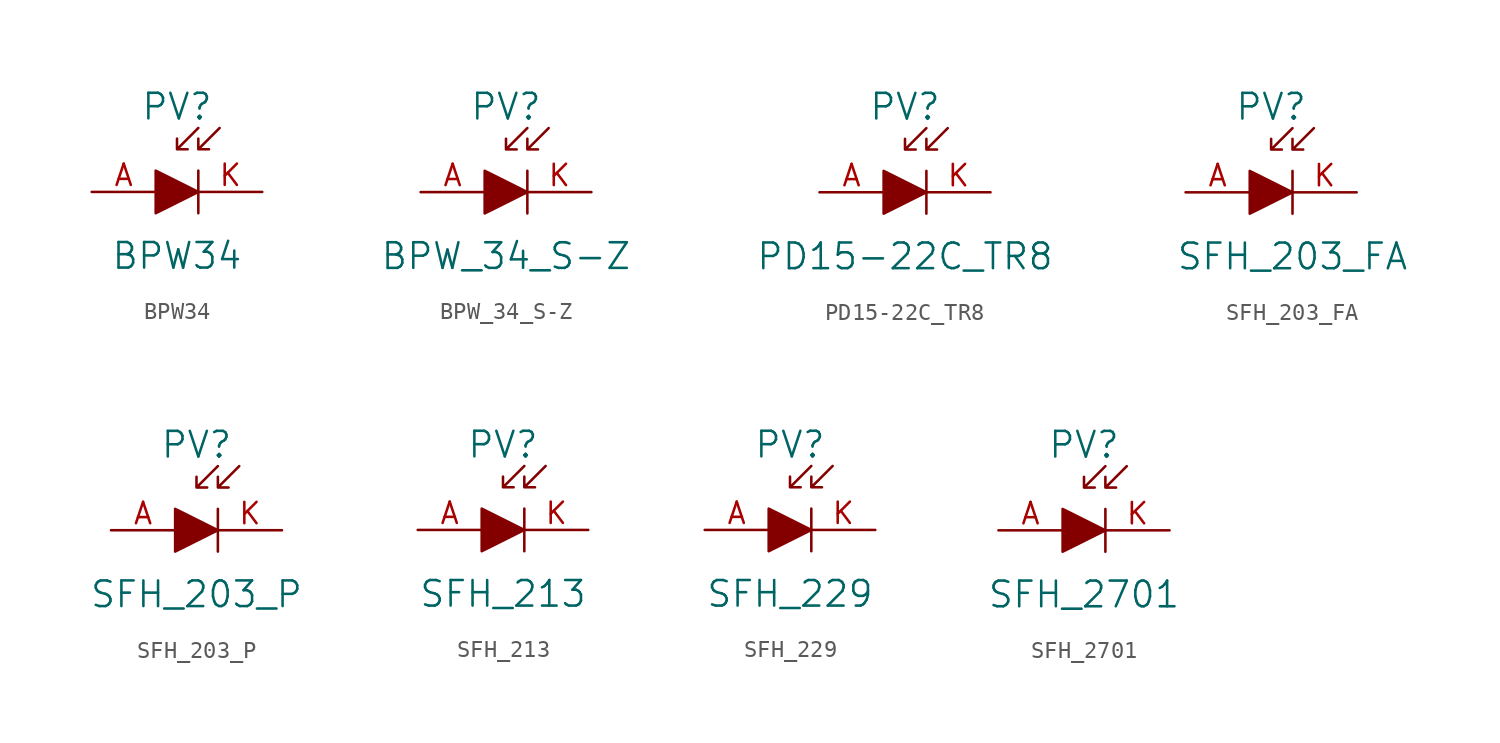
<source format=kicad_sym>
(kicad_symbol_lib
  (version 20220914)
  (generator kicad_symbol_editor)
  (symbol "BPW34"
    (pin_names
      (offset 0))
    (property "Reference" "PV"
      (at 0 5.08 0)
      (effects (font (size 1.524 1.524))))
    (property "Value" "BPW34"
      (at 0 -3.81 0)
      (effects (font (size 1.524 1.524))))
    (symbol "BPW34_0_1"
      (polyline (pts (xy 1.27 1.27) (xy 1.27 -1.27)) (stroke (width 0) (type solid)) (fill (type none)))
      (polyline (pts (xy -1.27 1.27) (xy -1.27 -1.27) (xy 1.27 0) (xy -1.27 1.27)) (stroke (width 0) (type solid)) (fill (type outline)))
      (polyline (pts (xy 0 2.54) (xy 0.635 2.54) (xy 0 2.54) (xy 0 3.175) (xy 0 2.54) (xy 1.27 3.81)) (stroke (width 0) (type solid)) (fill (type none)))
      (polyline (pts (xy 1.27 2.54) (xy 1.27 3.175) (xy 1.27 2.54) (xy 1.905 2.54) (xy 1.27 2.54) (xy 2.54 3.81)) (stroke (width 0) (type solid)) (fill (type none))))
    (symbol "BPW34_1_1"
      (pin passive line (at -5.08 0 0) (length 3.81) (name "~" (effects (font (size 1.27 1.27)))) (number "A" (effects (font (size 1.27 1.27)))))
      (pin passive line (at 5.08 0 180) (length 3.81) (name "~" (effects (font (size 1.27 1.27)))) (number "K" (effects (font (size 1.27 1.27)))))))
  (symbol "BPW_34_S-Z"
    (pin_names
      (offset 0))
    (property "Reference" "PV"
      (at 0 5.08 0)
      (effects (font (size 1.524 1.524))))
    (property "Value" "BPW_34_S-Z"
      (at 0 -3.81 0)
      (effects (font (size 1.524 1.524))))
    (symbol "BPW_34_S-Z_0_1"
      (polyline (pts (xy 1.27 1.27) (xy 1.27 -1.27)) (stroke (width 0) (type solid)) (fill (type none)))
      (polyline (pts (xy -1.27 1.27) (xy -1.27 -1.27) (xy 1.27 0) (xy -1.27 1.27)) (stroke (width 0) (type solid)) (fill (type outline)))
      (polyline (pts (xy 0 2.54) (xy 0.635 2.54) (xy 0 2.54) (xy 0 3.175) (xy 0 2.54) (xy 1.27 3.81)) (stroke (width 0) (type solid)) (fill (type none)))
      (polyline (pts (xy 1.27 2.54) (xy 1.27 3.175) (xy 1.27 2.54) (xy 1.905 2.54) (xy 1.27 2.54) (xy 2.54 3.81)) (stroke (width 0) (type solid)) (fill (type none))))
    (symbol "BPW_34_S-Z_1_1"
      (pin passive line (at -5.08 0 0) (length 3.81) (name "~" (effects (font (size 1.27 1.27)))) (number "A" (effects (font (size 1.27 1.27)))))
      (pin passive line (at 5.08 0 180) (length 3.81) (name "~" (effects (font (size 1.27 1.27)))) (number "K" (effects (font (size 1.27 1.27)))))))
  (symbol "PD15-22C_TR8"
    (pin_names
      (offset 0))
    (property "Reference" "PV"
      (at 0 5.08 0)
      (effects (font (size 1.524 1.524))))
    (property "Value" "PD15-22C_TR8"
      (at 0 -3.81 0)
      (effects (font (size 1.524 1.524))))
    (symbol "PD15-22C_TR8_0_1"
      (polyline (pts (xy 1.27 1.27) (xy 1.27 -1.27)) (stroke (width 0) (type solid)) (fill (type none)))
      (polyline (pts (xy -1.27 1.27) (xy -1.27 -1.27) (xy 1.27 0) (xy -1.27 1.27)) (stroke (width 0) (type solid)) (fill (type outline)))
      (polyline (pts (xy 0 2.54) (xy 0.635 2.54) (xy 0 2.54) (xy 0 3.175) (xy 0 2.54) (xy 1.27 3.81)) (stroke (width 0) (type solid)) (fill (type none)))
      (polyline (pts (xy 1.27 2.54) (xy 1.27 3.175) (xy 1.27 2.54) (xy 1.905 2.54) (xy 1.27 2.54) (xy 2.54 3.81)) (stroke (width 0) (type solid)) (fill (type none))))
    (symbol "PD15-22C_TR8_1_1"
      (pin passive line (at -5.08 0 0) (length 3.81) (name "~" (effects (font (size 1.27 1.27)))) (number "A" (effects (font (size 1.27 1.27)))))
      (pin passive line (at 5.08 0 180) (length 3.81) (name "~" (effects (font (size 1.27 1.27)))) (number "K" (effects (font (size 1.27 1.27)))))))
  (symbol "SFH_203_FA"
    (pin_names
      (offset 0))
    (property "Reference" "PV"
      (at 0 5.08 0)
      (effects (font (size 1.524 1.524))))
    (property "Value" "SFH_203_FA"
      (at 1.27 -3.81 0)
      (effects (font (size 1.524 1.524))))
    (symbol "SFH_203_FA_0_1"
      (polyline (pts (xy 1.27 1.27) (xy 1.27 -1.27)) (stroke (width 0) (type solid)) (fill (type none)))
      (polyline (pts (xy -1.27 1.27) (xy -1.27 -1.27) (xy 1.27 0) (xy -1.27 1.27)) (stroke (width 0) (type solid)) (fill (type outline)))
      (polyline (pts (xy 0 2.54) (xy 0.635 2.54) (xy 0 2.54) (xy 0 3.175) (xy 0 2.54) (xy 1.27 3.81)) (stroke (width 0) (type solid)) (fill (type none)))
      (polyline (pts (xy 1.27 2.54) (xy 1.27 3.175) (xy 1.27 2.54) (xy 1.905 2.54) (xy 1.27 2.54) (xy 2.54 3.81)) (stroke (width 0) (type solid)) (fill (type none))))
    (symbol "SFH_203_FA_1_1"
      (pin passive line (at -5.08 0 0) (length 3.81) (name "~" (effects (font (size 1.27 1.27)))) (number "A" (effects (font (size 1.27 1.27)))))
      (pin passive line (at 5.08 0 180) (length 3.81) (name "~" (effects (font (size 1.27 1.27)))) (number "K" (effects (font (size 1.27 1.27)))))))
  (symbol "SFH_203_P"
    (pin_names
      (offset 0))
    (property "Reference" "PV"
      (at 0 5.08 0)
      (effects (font (size 1.524 1.524))))
    (property "Value" "SFH_203_P"
      (at 0 -3.81 0)
      (effects (font (size 1.524 1.524))))
    (symbol "SFH_203_P_0_1"
      (polyline (pts (xy 1.27 1.27) (xy 1.27 -1.27)) (stroke (width 0) (type solid)) (fill (type none)))
      (polyline (pts (xy -1.27 1.27) (xy -1.27 -1.27) (xy 1.27 0) (xy -1.27 1.27)) (stroke (width 0) (type solid)) (fill (type outline)))
      (polyline (pts (xy 0 2.54) (xy 0.635 2.54) (xy 0 2.54) (xy 0 3.175) (xy 0 2.54) (xy 1.27 3.81)) (stroke (width 0) (type solid)) (fill (type none)))
      (polyline (pts (xy 1.27 2.54) (xy 1.27 3.175) (xy 1.27 2.54) (xy 1.905 2.54) (xy 1.27 2.54) (xy 2.54 3.81)) (stroke (width 0) (type solid)) (fill (type none))))
    (symbol "SFH_203_P_1_1"
      (pin passive line (at -5.08 0 0) (length 3.81) (name "~" (effects (font (size 1.27 1.27)))) (number "A" (effects (font (size 1.27 1.27)))))
      (pin passive line (at 5.08 0 180) (length 3.81) (name "~" (effects (font (size 1.27 1.27)))) (number "K" (effects (font (size 1.27 1.27)))))))
  (symbol "SFH_213"
    (pin_names
      (offset 0))
    (property "Reference" "PV"
      (at 0 5.08 0)
      (effects (font (size 1.524 1.524))))
    (property "Value" "SFH_213"
      (at 0 -3.81 0)
      (effects (font (size 1.524 1.524))))
    (symbol "SFH_213_0_1"
      (polyline (pts (xy 1.27 1.27) (xy 1.27 -1.27)) (stroke (width 0) (type solid)) (fill (type none)))
      (polyline (pts (xy -1.27 1.27) (xy -1.27 -1.27) (xy 1.27 0) (xy -1.27 1.27)) (stroke (width 0) (type solid)) (fill (type outline)))
      (polyline (pts (xy 0 2.54) (xy 0.635 2.54) (xy 0 2.54) (xy 0 3.175) (xy 0 2.54) (xy 1.27 3.81)) (stroke (width 0) (type solid)) (fill (type none)))
      (polyline (pts (xy 1.27 2.54) (xy 1.27 3.175) (xy 1.27 2.54) (xy 1.905 2.54) (xy 1.27 2.54) (xy 2.54 3.81)) (stroke (width 0) (type solid)) (fill (type none))))
    (symbol "SFH_213_1_1"
      (pin passive line (at -5.08 0 0) (length 3.81) (name "~" (effects (font (size 1.27 1.27)))) (number "A" (effects (font (size 1.27 1.27)))))
      (pin passive line (at 5.08 0 180) (length 3.81) (name "~" (effects (font (size 1.27 1.27)))) (number "K" (effects (font (size 1.27 1.27)))))))
  (symbol "SFH_229"
    (pin_names
      (offset 0))
    (property "Reference" "PV"
      (at 0 5.08 0)
      (effects (font (size 1.524 1.524))))
    (property "Value" "SFH_229"
      (at 0 -3.81 0)
      (effects (font (size 1.524 1.524))))
    (symbol "SFH_229_0_1"
      (polyline (pts (xy 1.27 1.27) (xy 1.27 -1.27)) (stroke (width 0) (type solid)) (fill (type none)))
      (polyline (pts (xy -1.27 1.27) (xy -1.27 -1.27) (xy 1.27 0) (xy -1.27 1.27)) (stroke (width 0) (type solid)) (fill (type outline)))
      (polyline (pts (xy 0 2.54) (xy 0.635 2.54) (xy 0 2.54) (xy 0 3.175) (xy 0 2.54) (xy 1.27 3.81)) (stroke (width 0) (type solid)) (fill (type none)))
      (polyline (pts (xy 1.27 2.54) (xy 1.27 3.175) (xy 1.27 2.54) (xy 1.905 2.54) (xy 1.27 2.54) (xy 2.54 3.81)) (stroke (width 0) (type solid)) (fill (type none))))
    (symbol "SFH_229_1_1"
      (pin passive line (at -5.08 0 0) (length 3.81) (name "~" (effects (font (size 1.27 1.27)))) (number "A" (effects (font (size 1.27 1.27)))))
      (pin passive line (at 5.08 0 180) (length 3.81) (name "~" (effects (font (size 1.27 1.27)))) (number "K" (effects (font (size 1.27 1.27)))))))
  (symbol "SFH_2701"
    (pin_names
      (offset 0))
    (property "Reference" "PV"
      (at 0 5.08 0)
      (effects (font (size 1.524 1.524))))
    (property "Value" "SFH_2701"
      (at 0 -3.81 0)
      (effects (font (size 1.524 1.524))))
    (symbol "SFH_2701_0_1"
      (polyline (pts (xy 1.27 1.27) (xy 1.27 -1.27)) (stroke (width 0) (type solid)) (fill (type none)))
      (polyline (pts (xy -1.27 1.27) (xy -1.27 -1.27) (xy 1.27 0) (xy -1.27 1.27)) (stroke (width 0) (type solid)) (fill (type outline)))
      (polyline (pts (xy 0 2.54) (xy 0.635 2.54) (xy 0 2.54) (xy 0 3.175) (xy 0 2.54) (xy 1.27 3.81)) (stroke (width 0) (type solid)) (fill (type none)))
      (polyline (pts (xy 1.27 2.54) (xy 1.27 3.175) (xy 1.27 2.54) (xy 1.905 2.54) (xy 1.27 2.54) (xy 2.54 3.81)) (stroke (width 0) (type solid)) (fill (type none))))
    (symbol "SFH_2701_1_1"
      (pin passive line (at -5.08 0 0) (length 3.81) (name "~" (effects (font (size 1.27 1.27)))) (number "A" (effects (font (size 1.27 1.27)))))
      (pin passive line (at 5.08 0 180) (length 3.81) (name "~" (effects (font (size 1.27 1.27)))) (number "K" (effects (font (size 1.27 1.27))))))))
</source>
